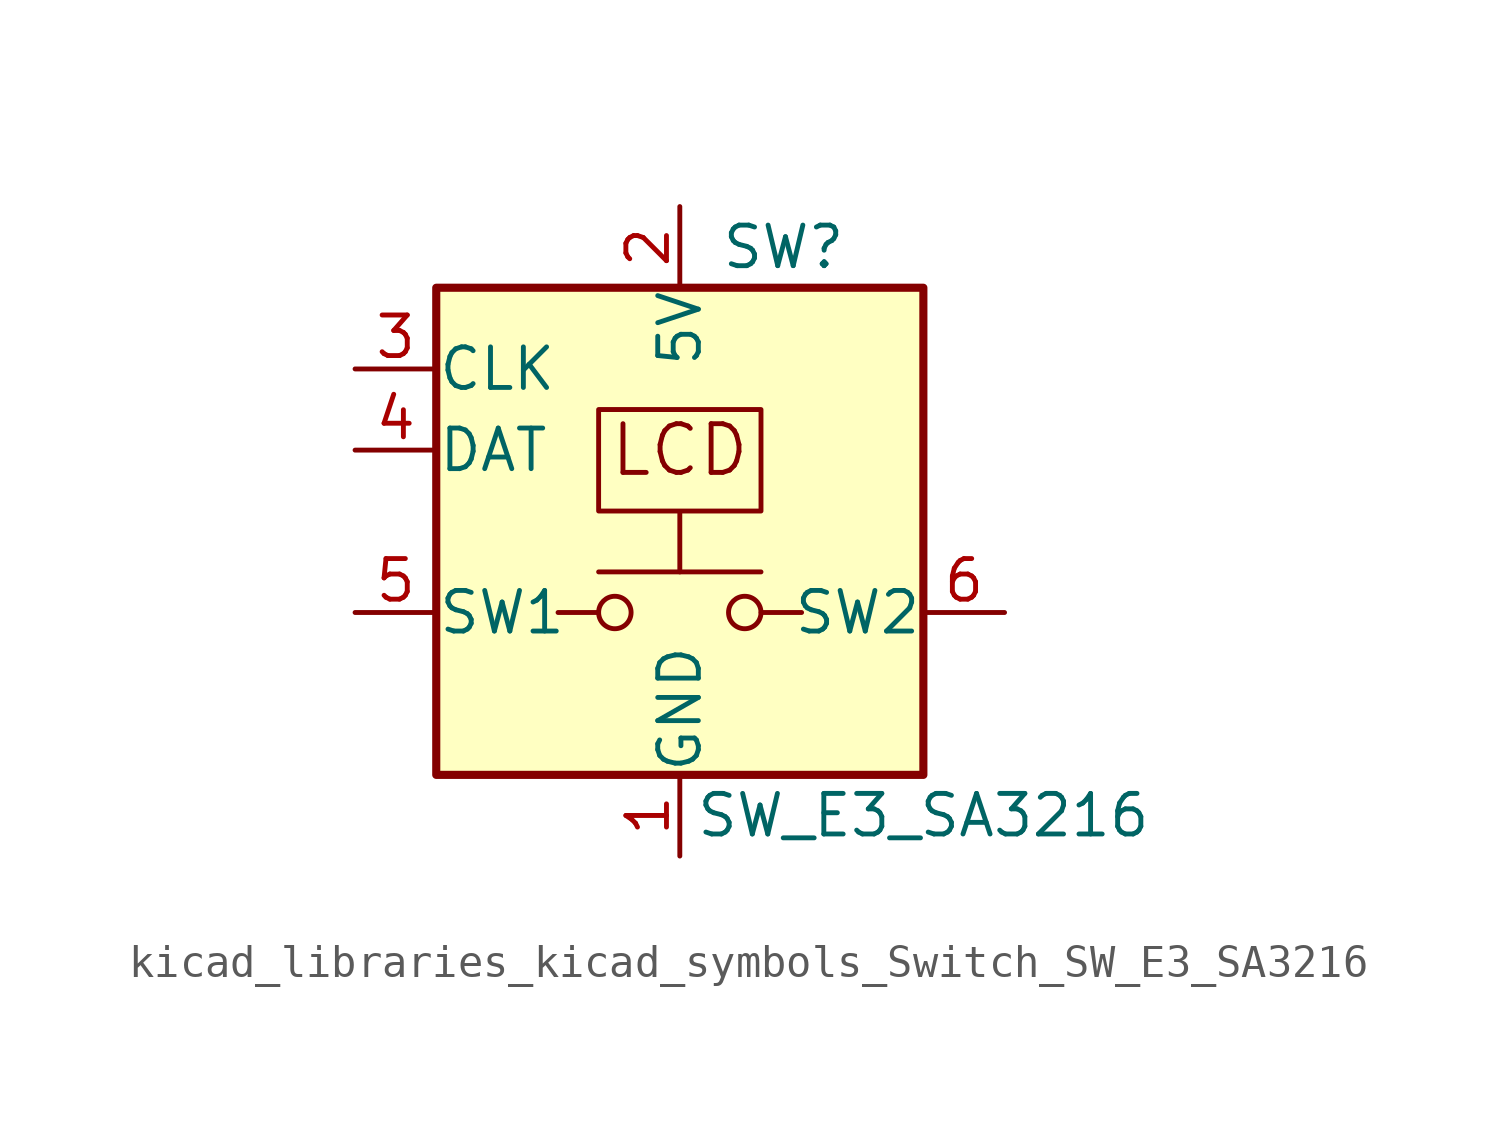
<source format=kicad_sym>
(kicad_symbol_lib
  (version 20220914)
  (generator kicad_symbol_editor)
  (symbol "kicad_libraries_kicad_symbols_Switch_SW_E3_SA3216"
    (pin_names
      (offset 0.025))
    (property "Reference" "SW"
      (at 1.27 8.89 0)
      (effects (font (size 1.27 1.27)) (justify left)))
    (property "Value" "SW_E3_SA3216"
      (at 7.62 -8.89 0)
      (effects (font (size 1.27 1.27))))
    (symbol "kicad_libraries_kicad_symbols_Switch_SW_E3_SA3216_0_0"
      (rectangle (start -7.62 7.62) (end 7.62 -7.62) (stroke (width 0.254) (type default)) (fill (type background)))
      (polyline (pts (xy -2.54 -2.54) (xy -3.81 -2.54)) (stroke (width 0) (type default)) (fill (type none)))
      (polyline (pts (xy 2.54 -2.54) (xy 3.81 -2.54)) (stroke (width 0) (type default)) (fill (type none)))
      (text "LCD" (at 0 2.54 0) (effects (font (size 1.524 1.524)))))
    (symbol "kicad_libraries_kicad_symbols_Switch_SW_E3_SA3216_0_1"
      (circle (center -2.032 -2.54) (radius 0.508) (stroke (width 0) (type default)) (fill (type none)))
      (polyline (pts (xy 2.54 -1.27) (xy -2.54 -1.27)) (stroke (width 0) (type default)) (fill (type none)))
      (polyline (pts (xy 0 -1.27) (xy 0 0.635) (xy -2.54 0.635) (xy -2.54 3.81) (xy 2.54 3.81) (xy 2.54 0.635) (xy 0 0.635)) (stroke (width 0) (type default)) (fill (type none)))
      (circle (center 2.032 -2.54) (radius 0.508) (stroke (width 0) (type default)) (fill (type none)))
      (pin power_in line (at 0 -10.16 90) (length 2.54) (name "GND" (effects (font (size 1.27 1.27)))) (number "1" (effects (font (size 1.27 1.27)))))
      (pin power_in line (at 0 10.16 270) (length 2.54) (name "5V" (effects (font (size 1.27 1.27)))) (number "2" (effects (font (size 1.27 1.27)))))
      (pin input line (at -10.16 5.08 0) (length 2.54) (name "CLK" (effects (font (size 1.27 1.27)))) (number "3" (effects (font (size 1.27 1.27)))))
      (pin input line (at -10.16 2.54 0) (length 2.54) (name "DAT" (effects (font (size 1.27 1.27)))) (number "4" (effects (font (size 1.27 1.27))))))
    (symbol "kicad_libraries_kicad_symbols_Switch_SW_E3_SA3216_1_1"
      (pin passive line (at -10.16 -2.54 0) (length 2.54) (name "SW1" (effects (font (size 1.27 1.27)))) (number "5" (effects (font (size 1.27 1.27)))))
      (pin passive line (at 10.16 -2.54 180) (length 2.54) (name "SW2" (effects (font (size 1.27 1.27)))) (number "6" (effects (font (size 1.27 1.27))))))))
</source>
